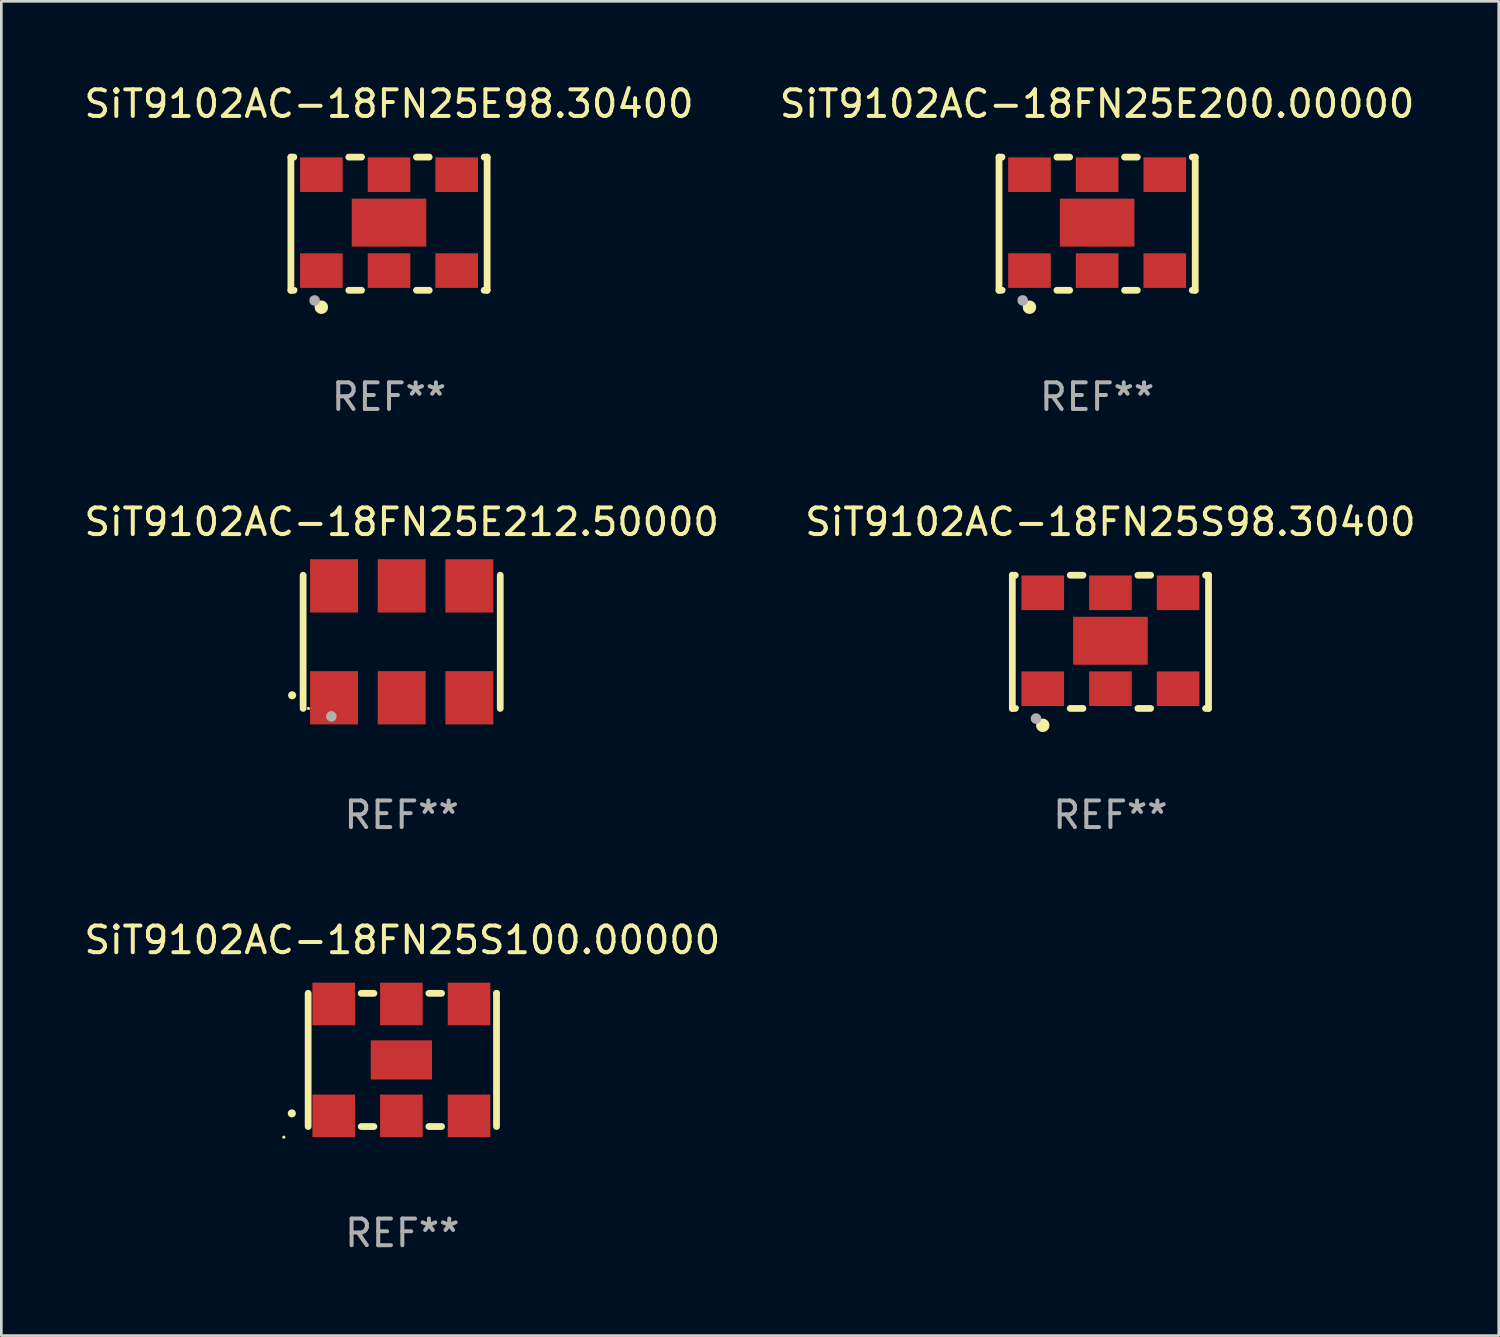
<source format=kicad_pcb>
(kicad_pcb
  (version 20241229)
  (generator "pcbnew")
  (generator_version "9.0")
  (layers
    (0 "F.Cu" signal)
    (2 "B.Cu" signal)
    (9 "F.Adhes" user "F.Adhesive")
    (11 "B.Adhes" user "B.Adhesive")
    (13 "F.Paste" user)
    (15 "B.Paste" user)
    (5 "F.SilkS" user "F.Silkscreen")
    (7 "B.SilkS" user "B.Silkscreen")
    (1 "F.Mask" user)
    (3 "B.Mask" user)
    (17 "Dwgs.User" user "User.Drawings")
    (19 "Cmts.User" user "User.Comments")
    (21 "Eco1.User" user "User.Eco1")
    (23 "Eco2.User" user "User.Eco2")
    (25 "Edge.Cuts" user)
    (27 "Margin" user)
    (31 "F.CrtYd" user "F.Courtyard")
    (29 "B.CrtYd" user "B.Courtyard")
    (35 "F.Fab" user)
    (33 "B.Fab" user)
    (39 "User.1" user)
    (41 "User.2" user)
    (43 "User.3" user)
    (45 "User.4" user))
  (footprint "SiT9102AC-18FN25E200.00000"
    (layer "F.Cu")
    (at 38.137 5.348)
    (property "Reference" "SiT9102AC-18FN25E200.00000" (at 0 -4.5 0) (layer "F.SilkS") (effects (font (size 1 1) (thickness 0.15))))
    (attr through_hole)
    (fp_line (start -3.683 -2.5) (end -3.571 -2.5) (stroke (width 0.254) (type solid)) (layer "F.SilkS"))
    (fp_line (start -3.683 2.5) (end -3.683 -2.5) (stroke (width 0.254) (type solid)) (layer "F.SilkS"))
    (fp_line (start -3.683 2.5) (end -3.571 2.5) (stroke (width 0.254) (type solid)) (layer "F.SilkS"))
    (fp_line (start -1.509 -2.5) (end -1.031 -2.5) (stroke (width 0.254) (type solid)) (layer "F.SilkS"))
    (fp_line (start -1.509 2.5) (end -1.031 2.5) (stroke (width 0.254) (type solid)) (layer "F.SilkS"))
    (fp_line (start 1.031 -2.5) (end 1.509 -2.5) (stroke (width 0.254) (type solid)) (layer "F.SilkS"))
    (fp_line (start 1.031 2.5) (end 1.509 2.5) (stroke (width 0.254) (type solid)) (layer "F.SilkS"))
    (fp_line (start 3.571 -2.5) (end 3.683 -2.5) (stroke (width 0.254) (type solid)) (layer "F.SilkS"))
    (fp_line (start 3.571 2.5) (end 3.683 2.5) (stroke (width 0.254) (type solid)) (layer "F.SilkS"))
    (fp_line (start 3.683 2.5) (end 3.683 -2.5) (stroke (width 0.254) (type solid)) (layer "F.SilkS"))
    (fp_circle (center -3.5 2.46) (end -3.47 2.46) (stroke (width 0.06) (type solid)) (fill no) (layer "F.SilkS"))
    (fp_circle (center -2.54 3.135) (end -2.413 3.135) (stroke (width 0.254) (type solid)) (fill no) (layer "F.SilkS"))
    (fp_circle (center -2.794 2.881) (end -2.694 2.881) (stroke (width 0.2) (type solid)) (fill no) (layer "F.Fab"))
    (fp_text user "REF**" (at 0 6.5 0) (layer "F.Fab") (effects (font (size 1 1) (thickness 0.15))))
    (pad "1" smd rect (at -2.54 1.76) (size 1.6 1.3) (layers "F.Cu" "F.Mask" "F.Paste"))
    (pad "2" smd rect (at 0 1.76) (size 1.6 1.3) (layers "F.Cu" "F.Mask" "F.Paste"))
    (pad "3" smd rect (at 2.54 1.76) (size 1.6 1.3) (layers "F.Cu" "F.Mask" "F.Paste"))
    (pad "4" smd rect (at 2.54 -1.84) (size 1.6 1.3) (layers "F.Cu" "F.Mask" "F.Paste"))
    (pad "5" smd rect (at 0 -1.84) (size 1.6 1.3) (layers "F.Cu" "F.Mask" "F.Paste"))
    (pad "6" smd rect (at -2.54 -1.84) (size 1.6 1.3) (layers "F.Cu" "F.Mask" "F.Paste"))
    (pad "7" smd rect (at 0 -0.04) (size 2.8 1.8) (layers "F.Cu" "F.Mask" "F.Paste")))
  (footprint "SiT9102AC-18FN25E212.50000"
    (layer "F.Cu")
    (at 12.03 21.045)
    (property "Reference" "SiT9102AC-18FN25E212.50000" (at 0 -4.5 0) (layer "F.SilkS") (effects (font (size 1 1) (thickness 0.15))))
    (attr through_hole)
    (fp_line (start -3.7 -2.5) (end -3.7 2.5) (stroke (width 0.254) (type solid)) (layer "F.SilkS"))
    (fp_line (start 3.7 -2.5) (end 3.7 2.5) (stroke (width 0.254) (type solid)) (layer "F.SilkS"))
    (fp_arc (start -4.114415 2.006604) (mid -4.113145 2.006599) (end -4.111875 2.006604) (stroke (width 0.3) (type solid)) (layer "F.SilkS"))
    (fp_circle (center -3.5 2.501) (end -3.47 2.501) (stroke (width 0.06) (type solid)) (fill no) (layer "F.SilkS"))
    (fp_circle (center -2.641 2.799) (end -2.541 2.799) (stroke (width 0.2) (type solid)) (fill no) (layer "F.Fab"))
    (fp_text user "REF**" (at 0 6.5 0) (layer "F.Fab") (effects (font (size 1 1) (thickness 0.15))))
    (pad "1" smd rect (at -2.54 2.1) (size 1.8 2) (layers "F.Cu" "F.Mask" "F.Paste"))
    (pad "2" smd rect (at 0.000394 2.1) (size 1.8 2) (layers "F.Cu" "F.Mask" "F.Paste"))
    (pad "3" smd rect (at 2.54 2.1) (size 1.8 2) (layers "F.Cu" "F.Mask" "F.Paste"))
    (pad "4" smd rect (at 2.54 -2.1) (size 1.8 2) (layers "F.Cu" "F.Mask" "F.Paste"))
    (pad "5" smd rect (at 0.000394 -2.1) (size 1.8 2) (layers "F.Cu" "F.Mask" "F.Paste"))
    (pad "6" smd rect (at -2.54 -2.1) (size 1.8 2) (layers "F.Cu" "F.Mask" "F.Paste")))
  (footprint "SiT9102AC-18FN25E98.30400"
    (layer "F.Cu")
    (at 11.554 5.348)
    (property "Reference" "SiT9102AC-18FN25E98.30400" (at 0 -4.5 0) (layer "F.SilkS") (effects (font (size 1 1) (thickness 0.15))))
    (attr through_hole)
    (fp_line (start -3.683 -2.5) (end -3.571 -2.5) (stroke (width 0.254) (type solid)) (layer "F.SilkS"))
    (fp_line (start -3.683 2.5) (end -3.683 -2.5) (stroke (width 0.254) (type solid)) (layer "F.SilkS"))
    (fp_line (start -3.683 2.5) (end -3.571 2.5) (stroke (width 0.254) (type solid)) (layer "F.SilkS"))
    (fp_line (start -1.509 -2.5) (end -1.031 -2.5) (stroke (width 0.254) (type solid)) (layer "F.SilkS"))
    (fp_line (start -1.509 2.5) (end -1.031 2.5) (stroke (width 0.254) (type solid)) (layer "F.SilkS"))
    (fp_line (start 1.031 -2.5) (end 1.509 -2.5) (stroke (width 0.254) (type solid)) (layer "F.SilkS"))
    (fp_line (start 1.031 2.5) (end 1.509 2.5) (stroke (width 0.254) (type solid)) (layer "F.SilkS"))
    (fp_line (start 3.571 -2.5) (end 3.683 -2.5) (stroke (width 0.254) (type solid)) (layer "F.SilkS"))
    (fp_line (start 3.571 2.5) (end 3.683 2.5) (stroke (width 0.254) (type solid)) (layer "F.SilkS"))
    (fp_line (start 3.683 2.5) (end 3.683 -2.5) (stroke (width 0.254) (type solid)) (layer "F.SilkS"))
    (fp_circle (center -3.5 2.46) (end -3.47 2.46) (stroke (width 0.06) (type solid)) (fill no) (layer "F.SilkS"))
    (fp_circle (center -2.54 3.135) (end -2.413 3.135) (stroke (width 0.254) (type solid)) (fill no) (layer "F.SilkS"))
    (fp_circle (center -2.794 2.881) (end -2.694 2.881) (stroke (width 0.2) (type solid)) (fill no) (layer "F.Fab"))
    (fp_text user "REF**" (at 0 6.5 0) (layer "F.Fab") (effects (font (size 1 1) (thickness 0.15))))
    (pad "1" smd rect (at -2.54 1.76) (size 1.6 1.3) (layers "F.Cu" "F.Mask" "F.Paste"))
    (pad "2" smd rect (at 0 1.76) (size 1.6 1.3) (layers "F.Cu" "F.Mask" "F.Paste"))
    (pad "3" smd rect (at 2.54 1.76) (size 1.6 1.3) (layers "F.Cu" "F.Mask" "F.Paste"))
    (pad "4" smd rect (at 2.54 -1.84) (size 1.6 1.3) (layers "F.Cu" "F.Mask" "F.Paste"))
    (pad "5" smd rect (at 0 -1.84) (size 1.6 1.3) (layers "F.Cu" "F.Mask" "F.Paste"))
    (pad "6" smd rect (at -2.54 -1.84) (size 1.6 1.3) (layers "F.Cu" "F.Mask" "F.Paste"))
    (pad "7" smd rect (at 0 -0.04) (size 2.8 1.8) (layers "F.Cu" "F.Mask" "F.Paste")))
  (footprint "SiT9102AC-18FN25S98.30400"
    (layer "F.Cu")
    (at 38.637 21.045)
    (property "Reference" "SiT9102AC-18FN25S98.30400" (at 0 -4.5 0) (layer "F.SilkS") (effects (font (size 1 1) (thickness 0.15))))
    (attr through_hole)
    (fp_line (start -3.683 -2.5) (end -3.571 -2.5) (stroke (width 0.254) (type solid)) (layer "F.SilkS"))
    (fp_line (start -3.683 2.5) (end -3.683 -2.5) (stroke (width 0.254) (type solid)) (layer "F.SilkS"))
    (fp_line (start -3.683 2.5) (end -3.571 2.5) (stroke (width 0.254) (type solid)) (layer "F.SilkS"))
    (fp_line (start -1.509 -2.5) (end -1.031 -2.5) (stroke (width 0.254) (type solid)) (layer "F.SilkS"))
    (fp_line (start -1.509 2.5) (end -1.031 2.5) (stroke (width 0.254) (type solid)) (layer "F.SilkS"))
    (fp_line (start 1.031 -2.5) (end 1.509 -2.5) (stroke (width 0.254) (type solid)) (layer "F.SilkS"))
    (fp_line (start 1.031 2.5) (end 1.509 2.5) (stroke (width 0.254) (type solid)) (layer "F.SilkS"))
    (fp_line (start 3.571 -2.5) (end 3.683 -2.5) (stroke (width 0.254) (type solid)) (layer "F.SilkS"))
    (fp_line (start 3.571 2.5) (end 3.683 2.5) (stroke (width 0.254) (type solid)) (layer "F.SilkS"))
    (fp_line (start 3.683 2.5) (end 3.683 -2.5) (stroke (width 0.254) (type solid)) (layer "F.SilkS"))
    (fp_circle (center -3.5 2.46) (end -3.47 2.46) (stroke (width 0.06) (type solid)) (fill no) (layer "F.SilkS"))
    (fp_circle (center -2.54 3.135) (end -2.413 3.135) (stroke (width 0.254) (type solid)) (fill no) (layer "F.SilkS"))
    (fp_circle (center -2.794 2.881) (end -2.694 2.881) (stroke (width 0.2) (type solid)) (fill no) (layer "F.Fab"))
    (fp_text user "REF**" (at 0 6.5 0) (layer "F.Fab") (effects (font (size 1 1) (thickness 0.15))))
    (pad "1" smd rect (at -2.54 1.76) (size 1.6 1.3) (layers "F.Cu" "F.Mask" "F.Paste"))
    (pad "2" smd rect (at 0 1.76) (size 1.6 1.3) (layers "F.Cu" "F.Mask" "F.Paste"))
    (pad "3" smd rect (at 2.54 1.76) (size 1.6 1.3) (layers "F.Cu" "F.Mask" "F.Paste"))
    (pad "4" smd rect (at 2.54 -1.84) (size 1.6 1.3) (layers "F.Cu" "F.Mask" "F.Paste"))
    (pad "5" smd rect (at 0 -1.84) (size 1.6 1.3) (layers "F.Cu" "F.Mask" "F.Paste"))
    (pad "6" smd rect (at -2.54 -1.84) (size 1.6 1.3) (layers "F.Cu" "F.Mask" "F.Paste"))
    (pad "7" smd rect (at 0 -0.04) (size 2.8 1.8) (layers "F.Cu" "F.Mask" "F.Paste")))
  (footprint "SiT9102AC-18FN25S100.00000"
    (layer "F.Cu")
    (at 12.054 36.741)
    (property "Reference" "SiT9102AC-18FN25S100.00000" (at 0 -4.5 0) (layer "F.SilkS") (effects (font (size 1 1) (thickness 0.15))))
    (attr through_hole)
    (fp_line (start -3.536 -2.5) (end -3.536 2.5) (stroke (width 0.254) (type solid)) (layer "F.SilkS"))
    (fp_line (start -1.544 2.5) (end -1.067 2.5) (stroke (width 0.254) (type solid)) (layer "F.SilkS"))
    (fp_line (start -1.067 -2.5) (end -1.544 -2.5) (stroke (width 0.254) (type solid)) (layer "F.SilkS"))
    (fp_line (start 0.996 2.5) (end 1.473 2.5) (stroke (width 0.254) (type solid)) (layer "F.SilkS"))
    (fp_line (start 1.473 -2.5) (end 0.996 -2.5) (stroke (width 0.254) (type solid)) (layer "F.SilkS"))
    (fp_line (start 3.536 -2.5) (end 3.536 -2.5) (stroke (width 0.254) (type solid)) (layer "F.SilkS"))
    (fp_line (start 3.536 2.5) (end 3.536 -2.5) (stroke (width 0.254) (type solid)) (layer "F.SilkS"))
    (fp_arc (start -4.150432 2.006604) (mid -4.149162 2.006599) (end -4.147892 2.006604) (stroke (width 0.3) (type solid)) (layer "F.SilkS"))
    (fp_circle (center -4.449 2.9) (end -4.419 2.9) (stroke (width 0.06) (type solid)) (fill no) (layer "F.SilkS"))
    (fp_text user "REF**" (at 0 6.5 0) (layer "F.Fab") (effects (font (size 1 1) (thickness 0.15))))
    (pad "1" smd rect (at -2.576 2.1) (size 1.6 1.6) (layers "F.Cu" "F.Mask" "F.Paste"))
    (pad "2" smd rect (at -0.036 2.1) (size 1.6 1.6) (layers "F.Cu" "F.Mask" "F.Paste"))
    (pad "3" smd rect (at 2.504 2.1) (size 1.6 1.6) (layers "F.Cu" "F.Mask" "F.Paste"))
    (pad "4" smd rect (at 2.504 -2.1) (size 1.6 1.6) (layers "F.Cu" "F.Mask" "F.Paste"))
    (pad "5" smd rect (at -0.036 -2.1) (size 1.6 1.6) (layers "F.Cu" "F.Mask" "F.Paste"))
    (pad "6" smd rect (at -2.576 -2.1) (size 1.6 1.6) (layers "F.Cu" "F.Mask" "F.Paste"))
    (pad "7" smd rect (at -0.036 0) (size 2.3 1.47) (layers "F.Cu" "F.Mask" "F.Paste")))
  (gr_rect
    (start -3 -3)
    (end 53.214 47.09)
    (stroke (width 0.1) (type default))
    (fill no)
    (layer "Edge.Cuts")))
</source>
